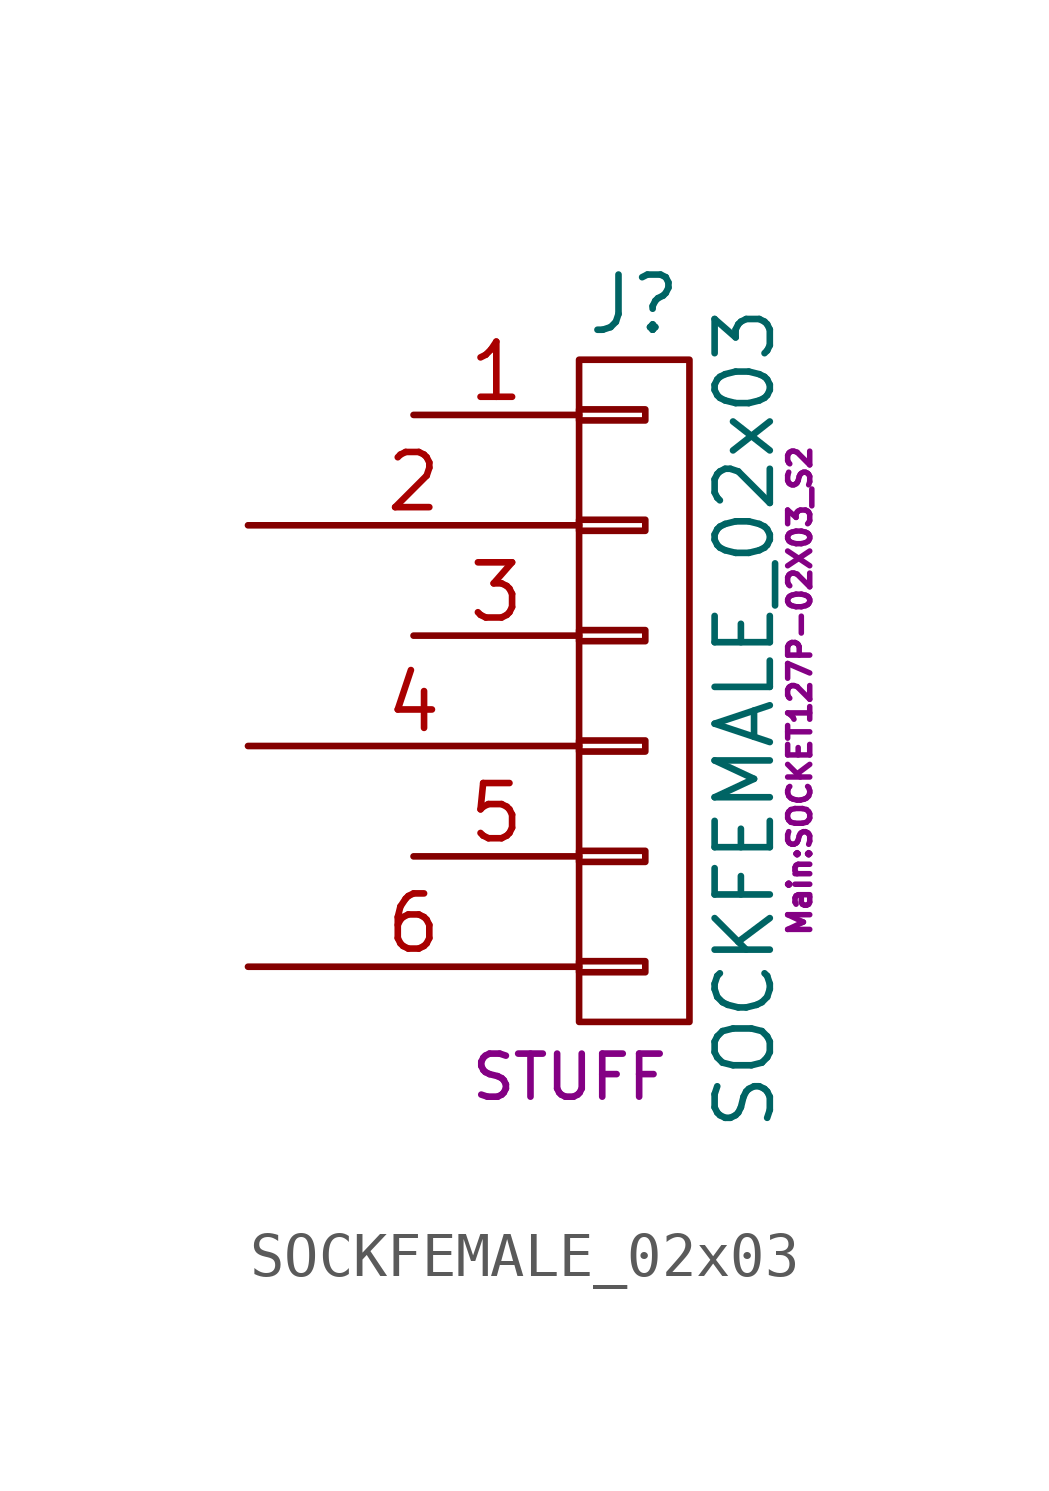
<source format=kicad_sym>
(kicad_symbol_lib
  (version 20211014)
  (generator kicad_symbol_editor)
  (symbol "SOCKFEMALE_02x03"
    (pin_names
      (offset 1.016) hide)
    (property "Reference" "J"
      (at 0 6.35 0)
      (effects (font (size 1.27 1.27))))
    (property "Value" "SOCKFEMALE_02x03"
      (at 2.54 -3.175 90)
      (effects (font (size 1.27 1.27))))
    (property "Footprint" "Main:SOCKET127P-02X03_S2"
      (at 3.81 -2.54 90)
      (effects (font (size 0.508 0.508))))
    (property "Datasheet" ""
      (at 0 6.35 0)
      (effects (font (size 1.27 1.27))))
    (property "SKU" "STUFF"
      (at -3.81 -11.43 0)
      (effects (font (size 0.991 0.991)) (justify left)))
    (symbol "SOCKFEMALE_02x03_0_1"
      (rectangle (start -1.27 -8.763) (end 0.254 -9.017) (stroke (width 0) (type default) (color 0 0 0 0)) (fill (type none)))
      (rectangle (start -1.27 -6.223) (end 0.254 -6.477) (stroke (width 0) (type default) (color 0 0 0 0)) (fill (type none)))
      (rectangle (start -1.27 -3.683) (end 0.254 -3.937) (stroke (width 0) (type default) (color 0 0 0 0)) (fill (type none)))
      (rectangle (start -1.27 -1.143) (end 0.254 -1.397) (stroke (width 0) (type default) (color 0 0 0 0)) (fill (type none)))
      (rectangle (start -1.27 1.397) (end 0.254 1.143) (stroke (width 0) (type default) (color 0 0 0 0)) (fill (type none)))
      (rectangle (start -1.27 3.937) (end 0.254 3.683) (stroke (width 0) (type default) (color 0 0 0 0)) (fill (type none)))
      (rectangle (start -1.27 5.08) (end 1.27 -10.16) (stroke (width 0) (type default) (color 0 0 0 0)) (fill (type none))))
    (symbol "SOCKFEMALE_02x03_1_1"
      (pin passive line (at -5.08 3.81 0) (length 3.81) (name "1" (effects (font (size 1.27 1.27)))) (number "1" (effects (font (size 1.27 1.27)))))
      (pin passive line (at -8.89 1.27 0) (length 7.62) (name "2" (effects (font (size 1.27 1.27)))) (number "2" (effects (font (size 1.27 1.27)))))
      (pin passive line (at -5.08 -1.27 0) (length 3.81) (name "3" (effects (font (size 1.27 1.27)))) (number "3" (effects (font (size 1.27 1.27)))))
      (pin passive line (at -8.89 -3.81 0) (length 7.62) (name "4" (effects (font (size 1.27 1.27)))) (number "4" (effects (font (size 1.27 1.27)))))
      (pin passive line (at -5.08 -6.35 0) (length 3.81) (name "5" (effects (font (size 1.27 1.27)))) (number "5" (effects (font (size 1.27 1.27)))))
      (pin passive line (at -8.89 -8.89 0) (length 7.62) (name "6" (effects (font (size 1.27 1.27)))) (number "6" (effects (font (size 1.27 1.27))))))))
</source>
